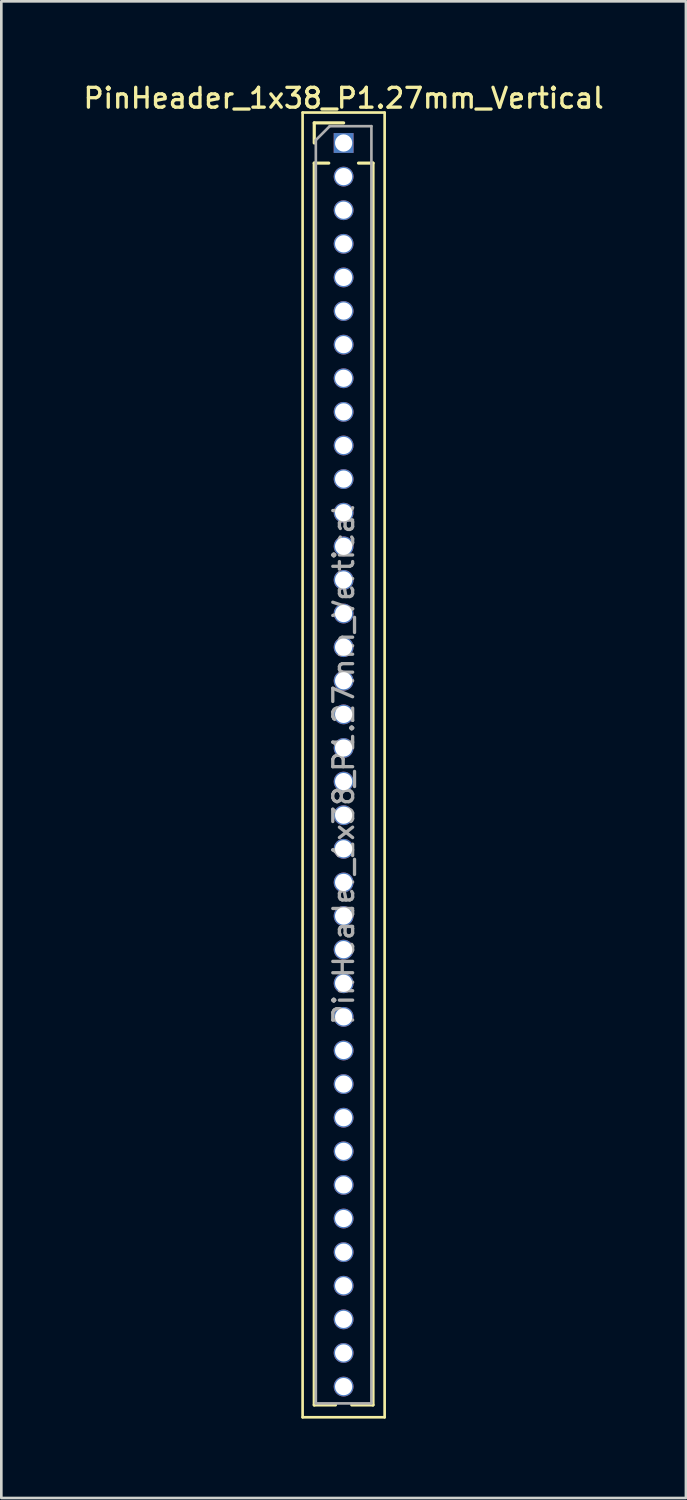
<source format=kicad_pcb>
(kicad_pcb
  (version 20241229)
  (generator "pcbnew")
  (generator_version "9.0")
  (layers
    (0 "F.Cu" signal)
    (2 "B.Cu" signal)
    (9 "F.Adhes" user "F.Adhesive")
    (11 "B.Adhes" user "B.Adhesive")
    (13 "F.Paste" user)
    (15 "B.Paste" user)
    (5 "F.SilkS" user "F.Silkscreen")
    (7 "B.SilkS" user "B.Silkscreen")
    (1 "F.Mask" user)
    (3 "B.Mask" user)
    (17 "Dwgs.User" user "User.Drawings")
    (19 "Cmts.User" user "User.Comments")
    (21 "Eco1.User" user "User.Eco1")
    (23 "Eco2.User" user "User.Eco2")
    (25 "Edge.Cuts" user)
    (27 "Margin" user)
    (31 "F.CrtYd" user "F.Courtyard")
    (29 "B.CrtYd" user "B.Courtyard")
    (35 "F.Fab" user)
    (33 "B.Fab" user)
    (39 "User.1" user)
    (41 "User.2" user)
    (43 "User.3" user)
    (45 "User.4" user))
  (footprint "PinHeader_1x38_P1.27mm_Vertical"
    (layer "F.Cu")
    (at 9.934 2.353)
    (property "Reference" "PinHeader_1x38_P1.27mm_Vertical" (at 0 -1.695 0) (layer "F.SilkS") (effects (font (size 0.75 0.75) (thickness 0.125))))
    (attr through_hole)
    (fp_line (start -1.55 -1.15) (end -1.55 48.15) (stroke (width 0.1) (type solid)) (layer "F.SilkS"))
    (fp_line (start -1.55 48.15) (end 1.55 48.15) (stroke (width 0.1) (type solid)) (layer "F.SilkS"))
    (fp_line (start -1.11 -0.76) (end 0 -0.76) (stroke (width 0.12) (type solid)) (layer "F.SilkS"))
    (fp_line (start -1.11 0) (end -1.11 -0.76) (stroke (width 0.12) (type solid)) (layer "F.SilkS"))
    (fp_line (start -1.11 0.76) (end -1.11 47.685) (stroke (width 0.12) (type solid)) (layer "F.SilkS"))
    (fp_line (start -1.11 0.76) (end -0.563 0.76) (stroke (width 0.12) (type solid)) (layer "F.SilkS"))
    (fp_line (start -1.11 47.685) (end -0.308 47.685) (stroke (width 0.12) (type solid)) (layer "F.SilkS"))
    (fp_line (start 0.308 47.685) (end 1.11 47.685) (stroke (width 0.12) (type solid)) (layer "F.SilkS"))
    (fp_line (start 0.563 0.76) (end 1.11 0.76) (stroke (width 0.12) (type solid)) (layer "F.SilkS"))
    (fp_line (start 1.11 0.76) (end 1.11 47.685) (stroke (width 0.12) (type solid)) (layer "F.SilkS"))
    (fp_line (start 1.55 -1.15) (end -1.55 -1.15) (stroke (width 0.1) (type solid)) (layer "F.SilkS"))
    (fp_line (start 1.55 48.15) (end 1.55 -1.15) (stroke (width 0.1) (type solid)) (layer "F.SilkS"))
    (fp_line (start -1.05 -0.11) (end -0.525 -0.635) (stroke (width 0.1) (type solid)) (layer "F.Fab"))
    (fp_line (start -1.05 47.625) (end -1.05 -0.11) (stroke (width 0.1) (type solid)) (layer "F.Fab"))
    (fp_line (start -0.525 -0.635) (end 1.05 -0.635) (stroke (width 0.1) (type solid)) (layer "F.Fab"))
    (fp_line (start 1.05 -0.635) (end 1.05 47.625) (stroke (width 0.1) (type solid)) (layer "F.Fab"))
    (fp_line (start 1.05 47.625) (end -1.05 47.625) (stroke (width 0.1) (type solid)) (layer "F.Fab"))
    (fp_text user "${REFERENCE}" (at 0 23.495 90) (layer "F.Fab") (effects (font (size 0.75 0.75) (thickness 0.125))))
    (pad "1" thru_hole rect (at 0 0) (size 0.75 0.75) (drill 0.65) (layers "*.Cu" "*.Mask"))
    (pad "2" thru_hole oval (at 0 1.27) (size 0.75 0.75) (drill 0.65) (layers "*.Cu" "*.Mask"))
    (pad "3" thru_hole oval (at 0 2.54) (size 0.75 0.75) (drill 0.65) (layers "*.Cu" "*.Mask"))
    (pad "4" thru_hole oval (at 0 3.81) (size 0.75 0.75) (drill 0.65) (layers "*.Cu" "*.Mask"))
    (pad "5" thru_hole oval (at 0 5.08) (size 0.75 0.75) (drill 0.65) (layers "*.Cu" "*.Mask"))
    (pad "6" thru_hole oval (at 0 6.35) (size 0.75 0.75) (drill 0.65) (layers "*.Cu" "*.Mask"))
    (pad "7" thru_hole oval (at 0 7.62) (size 0.75 0.75) (drill 0.65) (layers "*.Cu" "*.Mask"))
    (pad "8" thru_hole oval (at 0 8.89) (size 0.75 0.75) (drill 0.65) (layers "*.Cu" "*.Mask"))
    (pad "9" thru_hole oval (at 0 10.16) (size 0.75 0.75) (drill 0.65) (layers "*.Cu" "*.Mask"))
    (pad "10" thru_hole oval (at 0 11.43) (size 0.75 0.75) (drill 0.65) (layers "*.Cu" "*.Mask"))
    (pad "11" thru_hole oval (at 0 12.7) (size 0.75 0.75) (drill 0.65) (layers "*.Cu" "*.Mask"))
    (pad "12" thru_hole oval (at 0 13.97) (size 0.75 0.75) (drill 0.65) (layers "*.Cu" "*.Mask"))
    (pad "13" thru_hole oval (at 0 15.24) (size 0.75 0.75) (drill 0.65) (layers "*.Cu" "*.Mask"))
    (pad "14" thru_hole oval (at 0 16.51) (size 0.75 0.75) (drill 0.65) (layers "*.Cu" "*.Mask"))
    (pad "15" thru_hole oval (at 0 17.78) (size 0.75 0.75) (drill 0.65) (layers "*.Cu" "*.Mask"))
    (pad "16" thru_hole oval (at 0 19.05) (size 0.75 0.75) (drill 0.65) (layers "*.Cu" "*.Mask"))
    (pad "17" thru_hole oval (at 0 20.32) (size 0.75 0.75) (drill 0.65) (layers "*.Cu" "*.Mask"))
    (pad "18" thru_hole oval (at 0 21.59) (size 0.75 0.75) (drill 0.65) (layers "*.Cu" "*.Mask"))
    (pad "19" thru_hole oval (at 0 22.86) (size 0.75 0.75) (drill 0.65) (layers "*.Cu" "*.Mask"))
    (pad "20" thru_hole oval (at 0 24.13) (size 0.75 0.75) (drill 0.65) (layers "*.Cu" "*.Mask"))
    (pad "21" thru_hole oval (at 0 25.4) (size 0.75 0.75) (drill 0.65) (layers "*.Cu" "*.Mask"))
    (pad "22" thru_hole oval (at 0 26.67) (size 0.75 0.75) (drill 0.65) (layers "*.Cu" "*.Mask"))
    (pad "23" thru_hole oval (at 0 27.94) (size 0.75 0.75) (drill 0.65) (layers "*.Cu" "*.Mask"))
    (pad "24" thru_hole oval (at 0 29.21) (size 0.75 0.75) (drill 0.65) (layers "*.Cu" "*.Mask"))
    (pad "25" thru_hole oval (at 0 30.48) (size 0.75 0.75) (drill 0.65) (layers "*.Cu" "*.Mask"))
    (pad "26" thru_hole oval (at 0 31.75) (size 0.75 0.75) (drill 0.65) (layers "*.Cu" "*.Mask"))
    (pad "27" thru_hole oval (at 0 33.02) (size 0.75 0.75) (drill 0.65) (layers "*.Cu" "*.Mask"))
    (pad "28" thru_hole oval (at 0 34.29) (size 0.75 0.75) (drill 0.65) (layers "*.Cu" "*.Mask"))
    (pad "29" thru_hole oval (at 0 35.56) (size 0.75 0.75) (drill 0.65) (layers "*.Cu" "*.Mask"))
    (pad "30" thru_hole oval (at 0 36.83) (size 0.75 0.75) (drill 0.65) (layers "*.Cu" "*.Mask"))
    (pad "31" thru_hole oval (at 0 38.1) (size 0.75 0.75) (drill 0.65) (layers "*.Cu" "*.Mask"))
    (pad "32" thru_hole oval (at 0 39.37) (size 0.75 0.75) (drill 0.65) (layers "*.Cu" "*.Mask"))
    (pad "33" thru_hole oval (at 0 40.64) (size 0.75 0.75) (drill 0.65) (layers "*.Cu" "*.Mask"))
    (pad "34" thru_hole oval (at 0 41.91) (size 0.75 0.75) (drill 0.65) (layers "*.Cu" "*.Mask"))
    (pad "35" thru_hole oval (at 0 43.18) (size 0.75 0.75) (drill 0.65) (layers "*.Cu" "*.Mask"))
    (pad "36" thru_hole oval (at 0 44.45) (size 0.75 0.75) (drill 0.65) (layers "*.Cu" "*.Mask"))
    (pad "37" thru_hole oval (at 0 45.72) (size 0.75 0.75) (drill 0.65) (layers "*.Cu" "*.Mask"))
    (pad "38" thru_hole oval (at 0 46.99) (size 0.75 0.75) (drill 0.65) (layers "*.Cu" "*.Mask")))
  (gr_rect
    (start -3 -3)
    (end 22.868 53.553)
    (stroke (width 0.1) (type default))
    (fill no)
    (layer "Edge.Cuts")))
</source>
